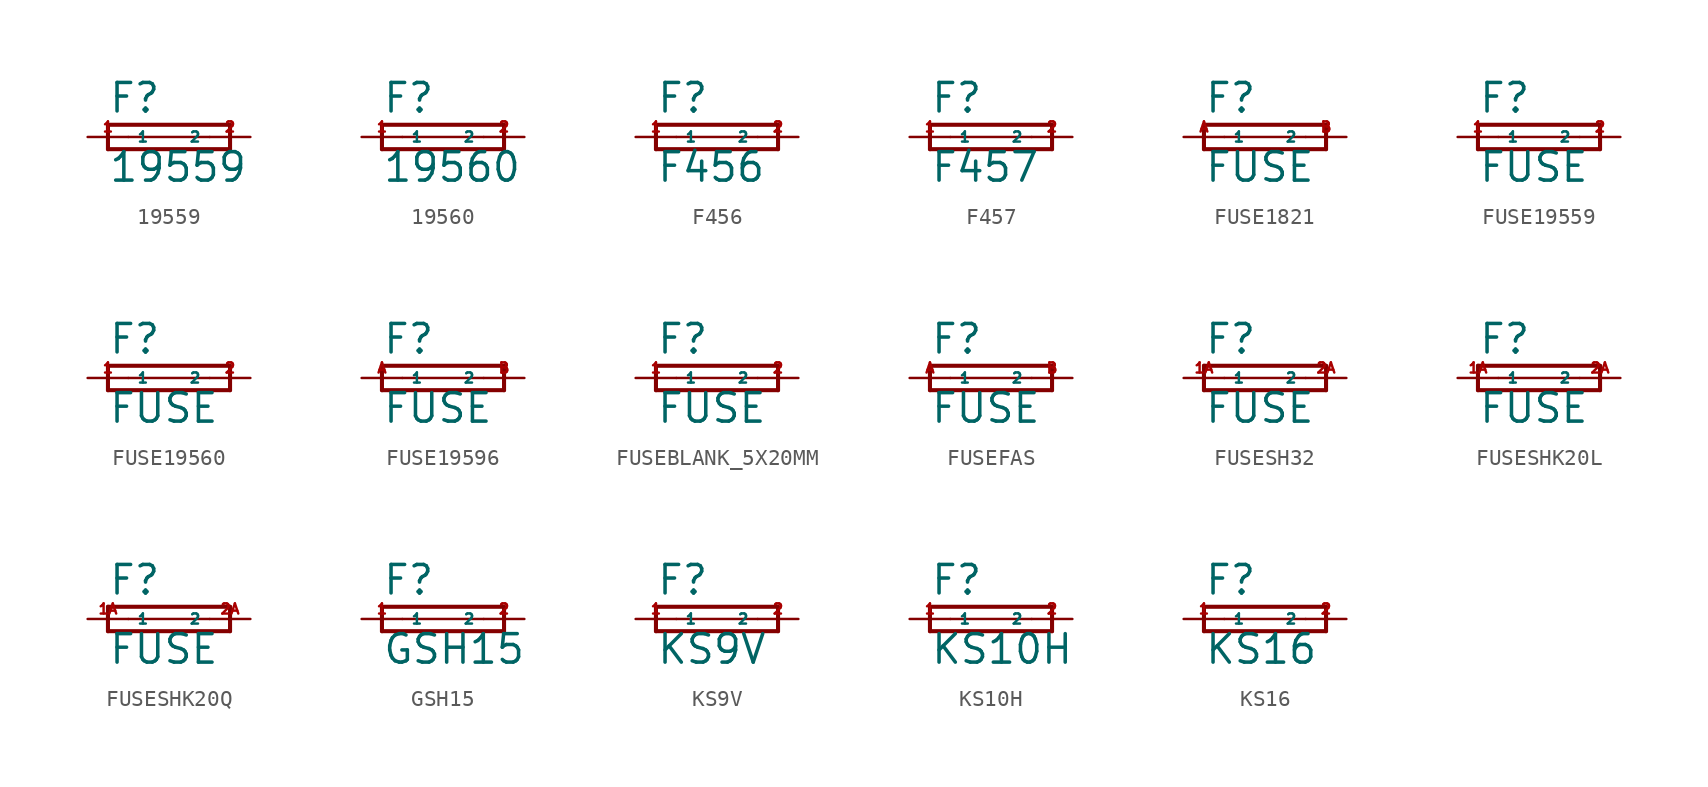
<source format=kicad_sym>
(kicad_symbol_lib
  (version 20220914)
  (generator Eagle2Kicad)
  (symbol "19559"
    (property "Reference" "F"
      (at -3.81 1.397 0)
      (effects (font (size 1.778 1.778) (thickness 0.22)) (justify left bottom)))
    (property "Value" "19559"
      (at -3.81 -2.921 0)
      (effects (font (size 1.778 1.778) (thickness 0.22)) (justify left bottom)))
    (polyline
      (pts (xy -3.81 -0.762) (xy 3.81 -0.762))
      (stroke (width 0.254) (type default))
      (fill (type none)))
    (polyline
      (pts (xy 3.81 0.762) (xy -3.81 0.762))
      (stroke (width 0.254) (type default))
      (fill (type none)))
    (polyline
      (pts (xy 3.81 -0.762) (xy 3.81 0.762))
      (stroke (width 0.254) (type default))
      (fill (type none)))
    (polyline
      (pts (xy -3.81 0.762) (xy -3.81 -0.762))
      (stroke (width 0.254) (type default))
      (fill (type none)))
    (polyline
      (pts (xy -2.54 0) (xy 2.54 0))
      (stroke (width 0.152) (type default))
      (fill (type none)))
    (pin passive line
      (at 5.08 0 180)
      (length 2.54)
      (name "2" (effects (font (size 0.635 0.635) (thickness 0.08)) (justify left bottom)))
      (number "2" (effects (font (size 0.635 0.635) (thickness 0.08)) (justify left bottom))))
    (pin passive line
      (at -5.08 0 0)
      (length 2.54)
      (name "1" (effects (font (size 0.635 0.635) (thickness 0.08)) (justify left bottom)))
      (number "1" (effects (font (size 0.635 0.635) (thickness 0.08)) (justify left bottom)))))
  (symbol "19560"
    (property "Reference" "F"
      (at -3.81 1.397 0)
      (effects (font (size 1.778 1.778) (thickness 0.22)) (justify left bottom)))
    (property "Value" "19560"
      (at -3.81 -2.921 0)
      (effects (font (size 1.778 1.778) (thickness 0.22)) (justify left bottom)))
    (polyline
      (pts (xy -3.81 -0.762) (xy 3.81 -0.762))
      (stroke (width 0.254) (type default))
      (fill (type none)))
    (polyline
      (pts (xy 3.81 0.762) (xy -3.81 0.762))
      (stroke (width 0.254) (type default))
      (fill (type none)))
    (polyline
      (pts (xy 3.81 -0.762) (xy 3.81 0.762))
      (stroke (width 0.254) (type default))
      (fill (type none)))
    (polyline
      (pts (xy -3.81 0.762) (xy -3.81 -0.762))
      (stroke (width 0.254) (type default))
      (fill (type none)))
    (polyline
      (pts (xy -2.54 0) (xy 2.54 0))
      (stroke (width 0.152) (type default))
      (fill (type none)))
    (pin passive line
      (at 5.08 0 180)
      (length 2.54)
      (name "2" (effects (font (size 0.635 0.635) (thickness 0.08)) (justify left bottom)))
      (number "2" (effects (font (size 0.635 0.635) (thickness 0.08)) (justify left bottom))))
    (pin passive line
      (at -5.08 0 0)
      (length 2.54)
      (name "1" (effects (font (size 0.635 0.635) (thickness 0.08)) (justify left bottom)))
      (number "1" (effects (font (size 0.635 0.635) (thickness 0.08)) (justify left bottom)))))
  (symbol "F456"
    (property "Reference" "F"
      (at -3.81 1.397 0)
      (effects (font (size 1.778 1.778) (thickness 0.22)) (justify left bottom)))
    (property "Value" "F456"
      (at -3.81 -2.921 0)
      (effects (font (size 1.778 1.778) (thickness 0.22)) (justify left bottom)))
    (polyline
      (pts (xy -3.81 -0.762) (xy 3.81 -0.762))
      (stroke (width 0.254) (type default))
      (fill (type none)))
    (polyline
      (pts (xy 3.81 0.762) (xy -3.81 0.762))
      (stroke (width 0.254) (type default))
      (fill (type none)))
    (polyline
      (pts (xy 3.81 -0.762) (xy 3.81 0.762))
      (stroke (width 0.254) (type default))
      (fill (type none)))
    (polyline
      (pts (xy -3.81 0.762) (xy -3.81 -0.762))
      (stroke (width 0.254) (type default))
      (fill (type none)))
    (polyline
      (pts (xy -2.54 0) (xy 2.54 0))
      (stroke (width 0.152) (type default))
      (fill (type none)))
    (pin passive line
      (at 5.08 0 180)
      (length 2.54)
      (name "2" (effects (font (size 0.635 0.635) (thickness 0.08)) (justify left bottom)))
      (number "2" (effects (font (size 0.635 0.635) (thickness 0.08)) (justify left bottom))))
    (pin passive line
      (at -5.08 0 0)
      (length 2.54)
      (name "1" (effects (font (size 0.635 0.635) (thickness 0.08)) (justify left bottom)))
      (number "1" (effects (font (size 0.635 0.635) (thickness 0.08)) (justify left bottom)))))
  (symbol "F457"
    (property "Reference" "F"
      (at -3.81 1.397 0)
      (effects (font (size 1.778 1.778) (thickness 0.22)) (justify left bottom)))
    (property "Value" "F457"
      (at -3.81 -2.921 0)
      (effects (font (size 1.778 1.778) (thickness 0.22)) (justify left bottom)))
    (polyline
      (pts (xy -3.81 -0.762) (xy 3.81 -0.762))
      (stroke (width 0.254) (type default))
      (fill (type none)))
    (polyline
      (pts (xy 3.81 0.762) (xy -3.81 0.762))
      (stroke (width 0.254) (type default))
      (fill (type none)))
    (polyline
      (pts (xy 3.81 -0.762) (xy 3.81 0.762))
      (stroke (width 0.254) (type default))
      (fill (type none)))
    (polyline
      (pts (xy -3.81 0.762) (xy -3.81 -0.762))
      (stroke (width 0.254) (type default))
      (fill (type none)))
    (polyline
      (pts (xy -2.54 0) (xy 2.54 0))
      (stroke (width 0.152) (type default))
      (fill (type none)))
    (pin passive line
      (at 5.08 0 180)
      (length 2.54)
      (name "2" (effects (font (size 0.635 0.635) (thickness 0.08)) (justify left bottom)))
      (number "2" (effects (font (size 0.635 0.635) (thickness 0.08)) (justify left bottom))))
    (pin passive line
      (at -5.08 0 0)
      (length 2.54)
      (name "1" (effects (font (size 0.635 0.635) (thickness 0.08)) (justify left bottom)))
      (number "1" (effects (font (size 0.635 0.635) (thickness 0.08)) (justify left bottom)))))
  (symbol "FUSE1821"
    (property "Reference" "F"
      (at -3.81 1.397 0)
      (effects (font (size 1.778 1.778) (thickness 0.22)) (justify left bottom)))
    (property "Value" "FUSE"
      (at -3.81 -2.921 0)
      (effects (font (size 1.778 1.778) (thickness 0.22)) (justify left bottom)))
    (polyline
      (pts (xy -3.81 -0.762) (xy 3.81 -0.762))
      (stroke (width 0.254) (type default))
      (fill (type none)))
    (polyline
      (pts (xy 3.81 0.762) (xy -3.81 0.762))
      (stroke (width 0.254) (type default))
      (fill (type none)))
    (polyline
      (pts (xy 3.81 -0.762) (xy 3.81 0.762))
      (stroke (width 0.254) (type default))
      (fill (type none)))
    (polyline
      (pts (xy -3.81 0.762) (xy -3.81 -0.762))
      (stroke (width 0.254) (type default))
      (fill (type none)))
    (polyline
      (pts (xy -2.54 0) (xy 2.54 0))
      (stroke (width 0.152) (type default))
      (fill (type none)))
    (pin passive line
      (at 5.08 0 180)
      (length 2.54)
      (name "2" (effects (font (size 0.635 0.635) (thickness 0.08)) (justify left bottom)))
      (number "B" (effects (font (size 0.635 0.635) (thickness 0.08)) (justify left bottom))))
    (pin passive line
      (at -5.08 0 0)
      (length 2.54)
      (name "1" (effects (font (size 0.635 0.635) (thickness 0.08)) (justify left bottom)))
      (number "A" (effects (font (size 0.635 0.635) (thickness 0.08)) (justify left bottom)))))
  (symbol "FUSE19559"
    (property "Reference" "F"
      (at -3.81 1.397 0)
      (effects (font (size 1.778 1.778) (thickness 0.22)) (justify left bottom)))
    (property "Value" "FUSE"
      (at -3.81 -2.921 0)
      (effects (font (size 1.778 1.778) (thickness 0.22)) (justify left bottom)))
    (polyline
      (pts (xy -3.81 -0.762) (xy 3.81 -0.762))
      (stroke (width 0.254) (type default))
      (fill (type none)))
    (polyline
      (pts (xy 3.81 0.762) (xy -3.81 0.762))
      (stroke (width 0.254) (type default))
      (fill (type none)))
    (polyline
      (pts (xy 3.81 -0.762) (xy 3.81 0.762))
      (stroke (width 0.254) (type default))
      (fill (type none)))
    (polyline
      (pts (xy -3.81 0.762) (xy -3.81 -0.762))
      (stroke (width 0.254) (type default))
      (fill (type none)))
    (polyline
      (pts (xy -2.54 0) (xy 2.54 0))
      (stroke (width 0.152) (type default))
      (fill (type none)))
    (pin passive line
      (at 5.08 0 180)
      (length 2.54)
      (name "2" (effects (font (size 0.635 0.635) (thickness 0.08)) (justify left bottom)))
      (number "2" (effects (font (size 0.635 0.635) (thickness 0.08)) (justify left bottom))))
    (pin passive line
      (at -5.08 0 0)
      (length 2.54)
      (name "1" (effects (font (size 0.635 0.635) (thickness 0.08)) (justify left bottom)))
      (number "1" (effects (font (size 0.635 0.635) (thickness 0.08)) (justify left bottom)))))
  (symbol "FUSE19560"
    (property "Reference" "F"
      (at -3.81 1.397 0)
      (effects (font (size 1.778 1.778) (thickness 0.22)) (justify left bottom)))
    (property "Value" "FUSE"
      (at -3.81 -2.921 0)
      (effects (font (size 1.778 1.778) (thickness 0.22)) (justify left bottom)))
    (polyline
      (pts (xy -3.81 -0.762) (xy 3.81 -0.762))
      (stroke (width 0.254) (type default))
      (fill (type none)))
    (polyline
      (pts (xy 3.81 0.762) (xy -3.81 0.762))
      (stroke (width 0.254) (type default))
      (fill (type none)))
    (polyline
      (pts (xy 3.81 -0.762) (xy 3.81 0.762))
      (stroke (width 0.254) (type default))
      (fill (type none)))
    (polyline
      (pts (xy -3.81 0.762) (xy -3.81 -0.762))
      (stroke (width 0.254) (type default))
      (fill (type none)))
    (polyline
      (pts (xy -2.54 0) (xy 2.54 0))
      (stroke (width 0.152) (type default))
      (fill (type none)))
    (pin passive line
      (at 5.08 0 180)
      (length 2.54)
      (name "2" (effects (font (size 0.635 0.635) (thickness 0.08)) (justify left bottom)))
      (number "2" (effects (font (size 0.635 0.635) (thickness 0.08)) (justify left bottom))))
    (pin passive line
      (at -5.08 0 0)
      (length 2.54)
      (name "1" (effects (font (size 0.635 0.635) (thickness 0.08)) (justify left bottom)))
      (number "1" (effects (font (size 0.635 0.635) (thickness 0.08)) (justify left bottom)))))
  (symbol "FUSE19596"
    (property "Reference" "F"
      (at -3.81 1.397 0)
      (effects (font (size 1.778 1.778) (thickness 0.22)) (justify left bottom)))
    (property "Value" "FUSE"
      (at -3.81 -2.921 0)
      (effects (font (size 1.778 1.778) (thickness 0.22)) (justify left bottom)))
    (polyline
      (pts (xy -3.81 -0.762) (xy 3.81 -0.762))
      (stroke (width 0.254) (type default))
      (fill (type none)))
    (polyline
      (pts (xy 3.81 0.762) (xy -3.81 0.762))
      (stroke (width 0.254) (type default))
      (fill (type none)))
    (polyline
      (pts (xy 3.81 -0.762) (xy 3.81 0.762))
      (stroke (width 0.254) (type default))
      (fill (type none)))
    (polyline
      (pts (xy -3.81 0.762) (xy -3.81 -0.762))
      (stroke (width 0.254) (type default))
      (fill (type none)))
    (polyline
      (pts (xy -2.54 0) (xy 2.54 0))
      (stroke (width 0.152) (type default))
      (fill (type none)))
    (pin passive line
      (at 5.08 0 180)
      (length 2.54)
      (name "2" (effects (font (size 0.635 0.635) (thickness 0.08)) (justify left bottom)))
      (number "B" (effects (font (size 0.635 0.635) (thickness 0.08)) (justify left bottom))))
    (pin passive line
      (at -5.08 0 0)
      (length 2.54)
      (name "1" (effects (font (size 0.635 0.635) (thickness 0.08)) (justify left bottom)))
      (number "A" (effects (font (size 0.635 0.635) (thickness 0.08)) (justify left bottom)))))
  (symbol "FUSEBLANK_5X20MM"
    (property "Reference" "F"
      (at -3.81 1.397 0)
      (effects (font (size 1.778 1.778) (thickness 0.22)) (justify left bottom)))
    (property "Value" "FUSE"
      (at -3.81 -2.921 0)
      (effects (font (size 1.778 1.778) (thickness 0.22)) (justify left bottom)))
    (polyline
      (pts (xy -3.81 -0.762) (xy 3.81 -0.762))
      (stroke (width 0.254) (type default))
      (fill (type none)))
    (polyline
      (pts (xy 3.81 0.762) (xy -3.81 0.762))
      (stroke (width 0.254) (type default))
      (fill (type none)))
    (polyline
      (pts (xy 3.81 -0.762) (xy 3.81 0.762))
      (stroke (width 0.254) (type default))
      (fill (type none)))
    (polyline
      (pts (xy -3.81 0.762) (xy -3.81 -0.762))
      (stroke (width 0.254) (type default))
      (fill (type none)))
    (polyline
      (pts (xy -2.54 0) (xy 2.54 0))
      (stroke (width 0.152) (type default))
      (fill (type none)))
    (pin passive line
      (at 5.08 0 180)
      (length 2.54)
      (name "2" (effects (font (size 0.635 0.635) (thickness 0.08)) (justify left bottom)))
      (number "2" (effects (font (size 0.635 0.635) (thickness 0.08)) (justify left bottom))))
    (pin passive line
      (at -5.08 0 0)
      (length 2.54)
      (name "1" (effects (font (size 0.635 0.635) (thickness 0.08)) (justify left bottom)))
      (number "1" (effects (font (size 0.635 0.635) (thickness 0.08)) (justify left bottom)))))
  (symbol "FUSEFAS"
    (property "Reference" "F"
      (at -3.81 1.397 0)
      (effects (font (size 1.778 1.778) (thickness 0.22)) (justify left bottom)))
    (property "Value" "FUSE"
      (at -3.81 -2.921 0)
      (effects (font (size 1.778 1.778) (thickness 0.22)) (justify left bottom)))
    (polyline
      (pts (xy -3.81 -0.762) (xy 3.81 -0.762))
      (stroke (width 0.254) (type default))
      (fill (type none)))
    (polyline
      (pts (xy 3.81 0.762) (xy -3.81 0.762))
      (stroke (width 0.254) (type default))
      (fill (type none)))
    (polyline
      (pts (xy 3.81 -0.762) (xy 3.81 0.762))
      (stroke (width 0.254) (type default))
      (fill (type none)))
    (polyline
      (pts (xy -3.81 0.762) (xy -3.81 -0.762))
      (stroke (width 0.254) (type default))
      (fill (type none)))
    (polyline
      (pts (xy -2.54 0) (xy 2.54 0))
      (stroke (width 0.152) (type default))
      (fill (type none)))
    (pin passive line
      (at 5.08 0 180)
      (length 2.54)
      (name "2" (effects (font (size 0.635 0.635) (thickness 0.08)) (justify left bottom)))
      (number "B" (effects (font (size 0.635 0.635) (thickness 0.08)) (justify left bottom))))
    (pin passive line
      (at -5.08 0 0)
      (length 2.54)
      (name "1" (effects (font (size 0.635 0.635) (thickness 0.08)) (justify left bottom)))
      (number "A" (effects (font (size 0.635 0.635) (thickness 0.08)) (justify left bottom)))))
  (symbol "FUSESH32"
    (property "Reference" "F"
      (at -3.81 1.397 0)
      (effects (font (size 1.778 1.778) (thickness 0.22)) (justify left bottom)))
    (property "Value" "FUSE"
      (at -3.81 -2.921 0)
      (effects (font (size 1.778 1.778) (thickness 0.22)) (justify left bottom)))
    (polyline
      (pts (xy -3.81 -0.762) (xy 3.81 -0.762))
      (stroke (width 0.254) (type default))
      (fill (type none)))
    (polyline
      (pts (xy 3.81 0.762) (xy -3.81 0.762))
      (stroke (width 0.254) (type default))
      (fill (type none)))
    (polyline
      (pts (xy 3.81 -0.762) (xy 3.81 0.762))
      (stroke (width 0.254) (type default))
      (fill (type none)))
    (polyline
      (pts (xy -3.81 0.762) (xy -3.81 -0.762))
      (stroke (width 0.254) (type default))
      (fill (type none)))
    (polyline
      (pts (xy -2.54 0) (xy 2.54 0))
      (stroke (width 0.152) (type default))
      (fill (type none)))
    (pin passive line
      (at 5.08 0 180)
      (length 2.54)
      (name "2" (effects (font (size 0.635 0.635) (thickness 0.08)) (justify left bottom)))
      (number "2A" (effects (font (size 0.635 0.635) (thickness 0.08)) (justify left bottom))))
    (pin passive line
      (at -5.08 0 0)
      (length 2.54)
      (name "1" (effects (font (size 0.635 0.635) (thickness 0.08)) (justify left bottom)))
      (number "1A" (effects (font (size 0.635 0.635) (thickness 0.08)) (justify left bottom)))))
  (symbol "FUSESHK20L"
    (property "Reference" "F"
      (at -3.81 1.397 0)
      (effects (font (size 1.778 1.778) (thickness 0.22)) (justify left bottom)))
    (property "Value" "FUSE"
      (at -3.81 -2.921 0)
      (effects (font (size 1.778 1.778) (thickness 0.22)) (justify left bottom)))
    (polyline
      (pts (xy -3.81 -0.762) (xy 3.81 -0.762))
      (stroke (width 0.254) (type default))
      (fill (type none)))
    (polyline
      (pts (xy 3.81 0.762) (xy -3.81 0.762))
      (stroke (width 0.254) (type default))
      (fill (type none)))
    (polyline
      (pts (xy 3.81 -0.762) (xy 3.81 0.762))
      (stroke (width 0.254) (type default))
      (fill (type none)))
    (polyline
      (pts (xy -3.81 0.762) (xy -3.81 -0.762))
      (stroke (width 0.254) (type default))
      (fill (type none)))
    (polyline
      (pts (xy -2.54 0) (xy 2.54 0))
      (stroke (width 0.152) (type default))
      (fill (type none)))
    (pin passive line
      (at 5.08 0 180)
      (length 2.54)
      (name "2" (effects (font (size 0.635 0.635) (thickness 0.08)) (justify left bottom)))
      (number "2A" (effects (font (size 0.635 0.635) (thickness 0.08)) (justify left bottom))))
    (pin passive line
      (at -5.08 0 0)
      (length 2.54)
      (name "1" (effects (font (size 0.635 0.635) (thickness 0.08)) (justify left bottom)))
      (number "1A" (effects (font (size 0.635 0.635) (thickness 0.08)) (justify left bottom)))))
  (symbol "FUSESHK20Q"
    (property "Reference" "F"
      (at -3.81 1.397 0)
      (effects (font (size 1.778 1.778) (thickness 0.22)) (justify left bottom)))
    (property "Value" "FUSE"
      (at -3.81 -2.921 0)
      (effects (font (size 1.778 1.778) (thickness 0.22)) (justify left bottom)))
    (polyline
      (pts (xy -3.81 -0.762) (xy 3.81 -0.762))
      (stroke (width 0.254) (type default))
      (fill (type none)))
    (polyline
      (pts (xy 3.81 0.762) (xy -3.81 0.762))
      (stroke (width 0.254) (type default))
      (fill (type none)))
    (polyline
      (pts (xy 3.81 -0.762) (xy 3.81 0.762))
      (stroke (width 0.254) (type default))
      (fill (type none)))
    (polyline
      (pts (xy -3.81 0.762) (xy -3.81 -0.762))
      (stroke (width 0.254) (type default))
      (fill (type none)))
    (polyline
      (pts (xy -2.54 0) (xy 2.54 0))
      (stroke (width 0.152) (type default))
      (fill (type none)))
    (pin passive line
      (at 5.08 0 180)
      (length 2.54)
      (name "2" (effects (font (size 0.635 0.635) (thickness 0.08)) (justify left bottom)))
      (number "2A" (effects (font (size 0.635 0.635) (thickness 0.08)) (justify left bottom))))
    (pin passive line
      (at -5.08 0 0)
      (length 2.54)
      (name "1" (effects (font (size 0.635 0.635) (thickness 0.08)) (justify left bottom)))
      (number "1A" (effects (font (size 0.635 0.635) (thickness 0.08)) (justify left bottom)))))
  (symbol "GSH15"
    (property "Reference" "F"
      (at -3.81 1.397 0)
      (effects (font (size 1.778 1.778) (thickness 0.22)) (justify left bottom)))
    (property "Value" "GSH15"
      (at -3.81 -2.921 0)
      (effects (font (size 1.778 1.778) (thickness 0.22)) (justify left bottom)))
    (polyline
      (pts (xy -3.81 -0.762) (xy 3.81 -0.762))
      (stroke (width 0.254) (type default))
      (fill (type none)))
    (polyline
      (pts (xy 3.81 0.762) (xy -3.81 0.762))
      (stroke (width 0.254) (type default))
      (fill (type none)))
    (polyline
      (pts (xy 3.81 -0.762) (xy 3.81 0.762))
      (stroke (width 0.254) (type default))
      (fill (type none)))
    (polyline
      (pts (xy -3.81 0.762) (xy -3.81 -0.762))
      (stroke (width 0.254) (type default))
      (fill (type none)))
    (polyline
      (pts (xy -2.54 0) (xy 2.54 0))
      (stroke (width 0.152) (type default))
      (fill (type none)))
    (pin passive line
      (at 5.08 0 180)
      (length 2.54)
      (name "2" (effects (font (size 0.635 0.635) (thickness 0.08)) (justify left bottom)))
      (number "2" (effects (font (size 0.635 0.635) (thickness 0.08)) (justify left bottom))))
    (pin passive line
      (at -5.08 0 0)
      (length 2.54)
      (name "1" (effects (font (size 0.635 0.635) (thickness 0.08)) (justify left bottom)))
      (number "1" (effects (font (size 0.635 0.635) (thickness 0.08)) (justify left bottom)))))
  (symbol "KS9V"
    (property "Reference" "F"
      (at -3.81 1.397 0)
      (effects (font (size 1.778 1.778) (thickness 0.22)) (justify left bottom)))
    (property "Value" "KS9V"
      (at -3.81 -2.921 0)
      (effects (font (size 1.778 1.778) (thickness 0.22)) (justify left bottom)))
    (polyline
      (pts (xy -3.81 -0.762) (xy 3.81 -0.762))
      (stroke (width 0.254) (type default))
      (fill (type none)))
    (polyline
      (pts (xy 3.81 0.762) (xy -3.81 0.762))
      (stroke (width 0.254) (type default))
      (fill (type none)))
    (polyline
      (pts (xy 3.81 -0.762) (xy 3.81 0.762))
      (stroke (width 0.254) (type default))
      (fill (type none)))
    (polyline
      (pts (xy -3.81 0.762) (xy -3.81 -0.762))
      (stroke (width 0.254) (type default))
      (fill (type none)))
    (polyline
      (pts (xy -2.54 0) (xy 2.54 0))
      (stroke (width 0.152) (type default))
      (fill (type none)))
    (pin passive line
      (at 5.08 0 180)
      (length 2.54)
      (name "2" (effects (font (size 0.635 0.635) (thickness 0.08)) (justify left bottom)))
      (number "2" (effects (font (size 0.635 0.635) (thickness 0.08)) (justify left bottom))))
    (pin passive line
      (at -5.08 0 0)
      (length 2.54)
      (name "1" (effects (font (size 0.635 0.635) (thickness 0.08)) (justify left bottom)))
      (number "1" (effects (font (size 0.635 0.635) (thickness 0.08)) (justify left bottom)))))
  (symbol "KS10H"
    (property "Reference" "F"
      (at -3.81 1.397 0)
      (effects (font (size 1.778 1.778) (thickness 0.22)) (justify left bottom)))
    (property "Value" "KS10H"
      (at -3.81 -2.921 0)
      (effects (font (size 1.778 1.778) (thickness 0.22)) (justify left bottom)))
    (polyline
      (pts (xy -3.81 -0.762) (xy 3.81 -0.762))
      (stroke (width 0.254) (type default))
      (fill (type none)))
    (polyline
      (pts (xy 3.81 0.762) (xy -3.81 0.762))
      (stroke (width 0.254) (type default))
      (fill (type none)))
    (polyline
      (pts (xy 3.81 -0.762) (xy 3.81 0.762))
      (stroke (width 0.254) (type default))
      (fill (type none)))
    (polyline
      (pts (xy -3.81 0.762) (xy -3.81 -0.762))
      (stroke (width 0.254) (type default))
      (fill (type none)))
    (polyline
      (pts (xy -2.54 0) (xy 2.54 0))
      (stroke (width 0.152) (type default))
      (fill (type none)))
    (pin passive line
      (at 5.08 0 180)
      (length 2.54)
      (name "2" (effects (font (size 0.635 0.635) (thickness 0.08)) (justify left bottom)))
      (number "2" (effects (font (size 0.635 0.635) (thickness 0.08)) (justify left bottom))))
    (pin passive line
      (at -5.08 0 0)
      (length 2.54)
      (name "1" (effects (font (size 0.635 0.635) (thickness 0.08)) (justify left bottom)))
      (number "1" (effects (font (size 0.635 0.635) (thickness 0.08)) (justify left bottom)))))
  (symbol "KS16"
    (property "Reference" "F"
      (at -3.81 1.397 0)
      (effects (font (size 1.778 1.778) (thickness 0.22)) (justify left bottom)))
    (property "Value" "KS16"
      (at -3.81 -2.921 0)
      (effects (font (size 1.778 1.778) (thickness 0.22)) (justify left bottom)))
    (polyline
      (pts (xy -3.81 -0.762) (xy 3.81 -0.762))
      (stroke (width 0.254) (type default))
      (fill (type none)))
    (polyline
      (pts (xy 3.81 0.762) (xy -3.81 0.762))
      (stroke (width 0.254) (type default))
      (fill (type none)))
    (polyline
      (pts (xy 3.81 -0.762) (xy 3.81 0.762))
      (stroke (width 0.254) (type default))
      (fill (type none)))
    (polyline
      (pts (xy -3.81 0.762) (xy -3.81 -0.762))
      (stroke (width 0.254) (type default))
      (fill (type none)))
    (polyline
      (pts (xy -2.54 0) (xy 2.54 0))
      (stroke (width 0.152) (type default))
      (fill (type none)))
    (pin passive line
      (at 5.08 0 180)
      (length 2.54)
      (name "2" (effects (font (size 0.635 0.635) (thickness 0.08)) (justify left bottom)))
      (number "2" (effects (font (size 0.635 0.635) (thickness 0.08)) (justify left bottom))))
    (pin passive line
      (at -5.08 0 0)
      (length 2.54)
      (name "1" (effects (font (size 0.635 0.635) (thickness 0.08)) (justify left bottom)))
      (number "1" (effects (font (size 0.635 0.635) (thickness 0.08)) (justify left bottom))))))
</source>
